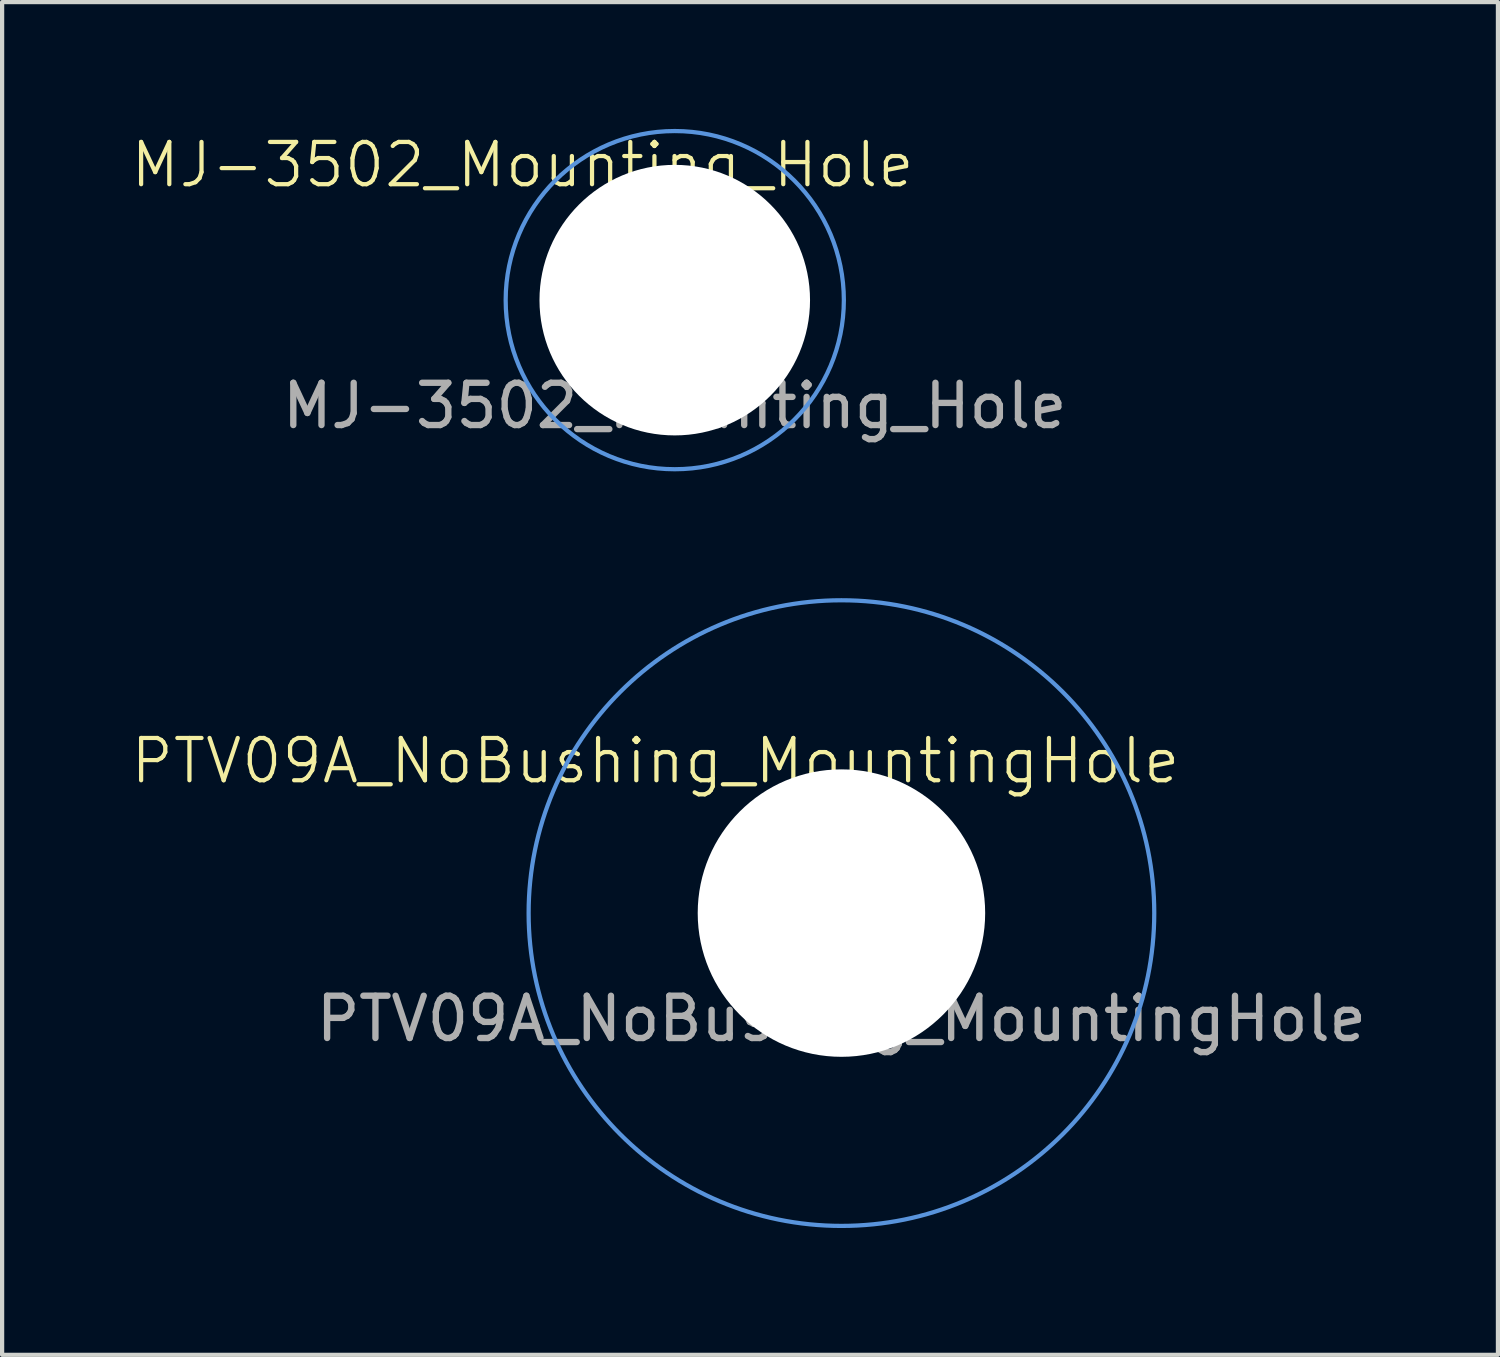
<source format=kicad_pcb>
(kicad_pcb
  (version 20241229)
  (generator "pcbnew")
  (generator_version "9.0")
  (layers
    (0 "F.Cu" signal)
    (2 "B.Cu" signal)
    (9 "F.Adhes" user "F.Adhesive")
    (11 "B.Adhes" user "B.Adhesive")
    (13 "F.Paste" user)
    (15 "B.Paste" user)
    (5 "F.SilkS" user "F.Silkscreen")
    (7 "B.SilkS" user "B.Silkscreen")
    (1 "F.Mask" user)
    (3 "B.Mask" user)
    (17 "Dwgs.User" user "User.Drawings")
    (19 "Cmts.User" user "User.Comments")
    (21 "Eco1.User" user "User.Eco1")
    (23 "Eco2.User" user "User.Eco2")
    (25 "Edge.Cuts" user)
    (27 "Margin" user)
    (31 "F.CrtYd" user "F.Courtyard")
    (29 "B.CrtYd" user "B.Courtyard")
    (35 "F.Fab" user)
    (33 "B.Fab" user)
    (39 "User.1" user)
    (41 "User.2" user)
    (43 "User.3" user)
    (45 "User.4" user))
  (footprint "PTV09A_NoBushing_MountingHole"
    (layer "F.Cu")
    (at 16.855 18.55)
    (property "Reference" "PTV09A_NoBushing_MountingHole" (at -4.4 -3.6 0) (unlocked yes) (layer "F.SilkS") (effects (font (size 1 1) (thickness 0.1))))
    (attr through_hole)
    (fp_circle (center 0 0) (end 0 7.4) (stroke (width 0.1) (type default)) (fill no) (layer "Cmts.User"))
    (fp_text user "${REFERENCE}" (at 0 2.5 0) (unlocked yes) (layer "F.Fab") (effects (font (size 1 1) (thickness 0.15))))
    (pad "" np_thru_hole circle (at 0 0) (size 6.8 6.8) (drill 6.8) (layers "*.Cu" "*.Mask")))
  (footprint "MJ-3502_Mounting_Hole"
    (layer "F.Cu")
    (at 12.912 4.05)
    (property "Reference" "MJ-3502_Mounting_Hole" (at -3.6 -3.2 0) (unlocked yes) (layer "F.SilkS") (effects (font (size 1 1) (thickness 0.1))))
    (attr through_hole)
    (fp_circle (center 0 0) (end 4 0) (stroke (width 0.1) (type default)) (fill no) (layer "Cmts.User"))
    (fp_text user "${REFERENCE}" (at 0 2.5 0) (unlocked yes) (layer "F.Fab") (effects (font (size 1 1) (thickness 0.15))))
    (pad "" np_thru_hole circle (at 0 0) (size 6.4 6.4) (drill 6.4) (layers "*.Cu" "*.Mask")))
  (gr_rect
    (start -3 -3)
    (end 32.385 29)
    (stroke (width 0.1) (type default))
    (fill no)
    (layer "Edge.Cuts")))
</source>
